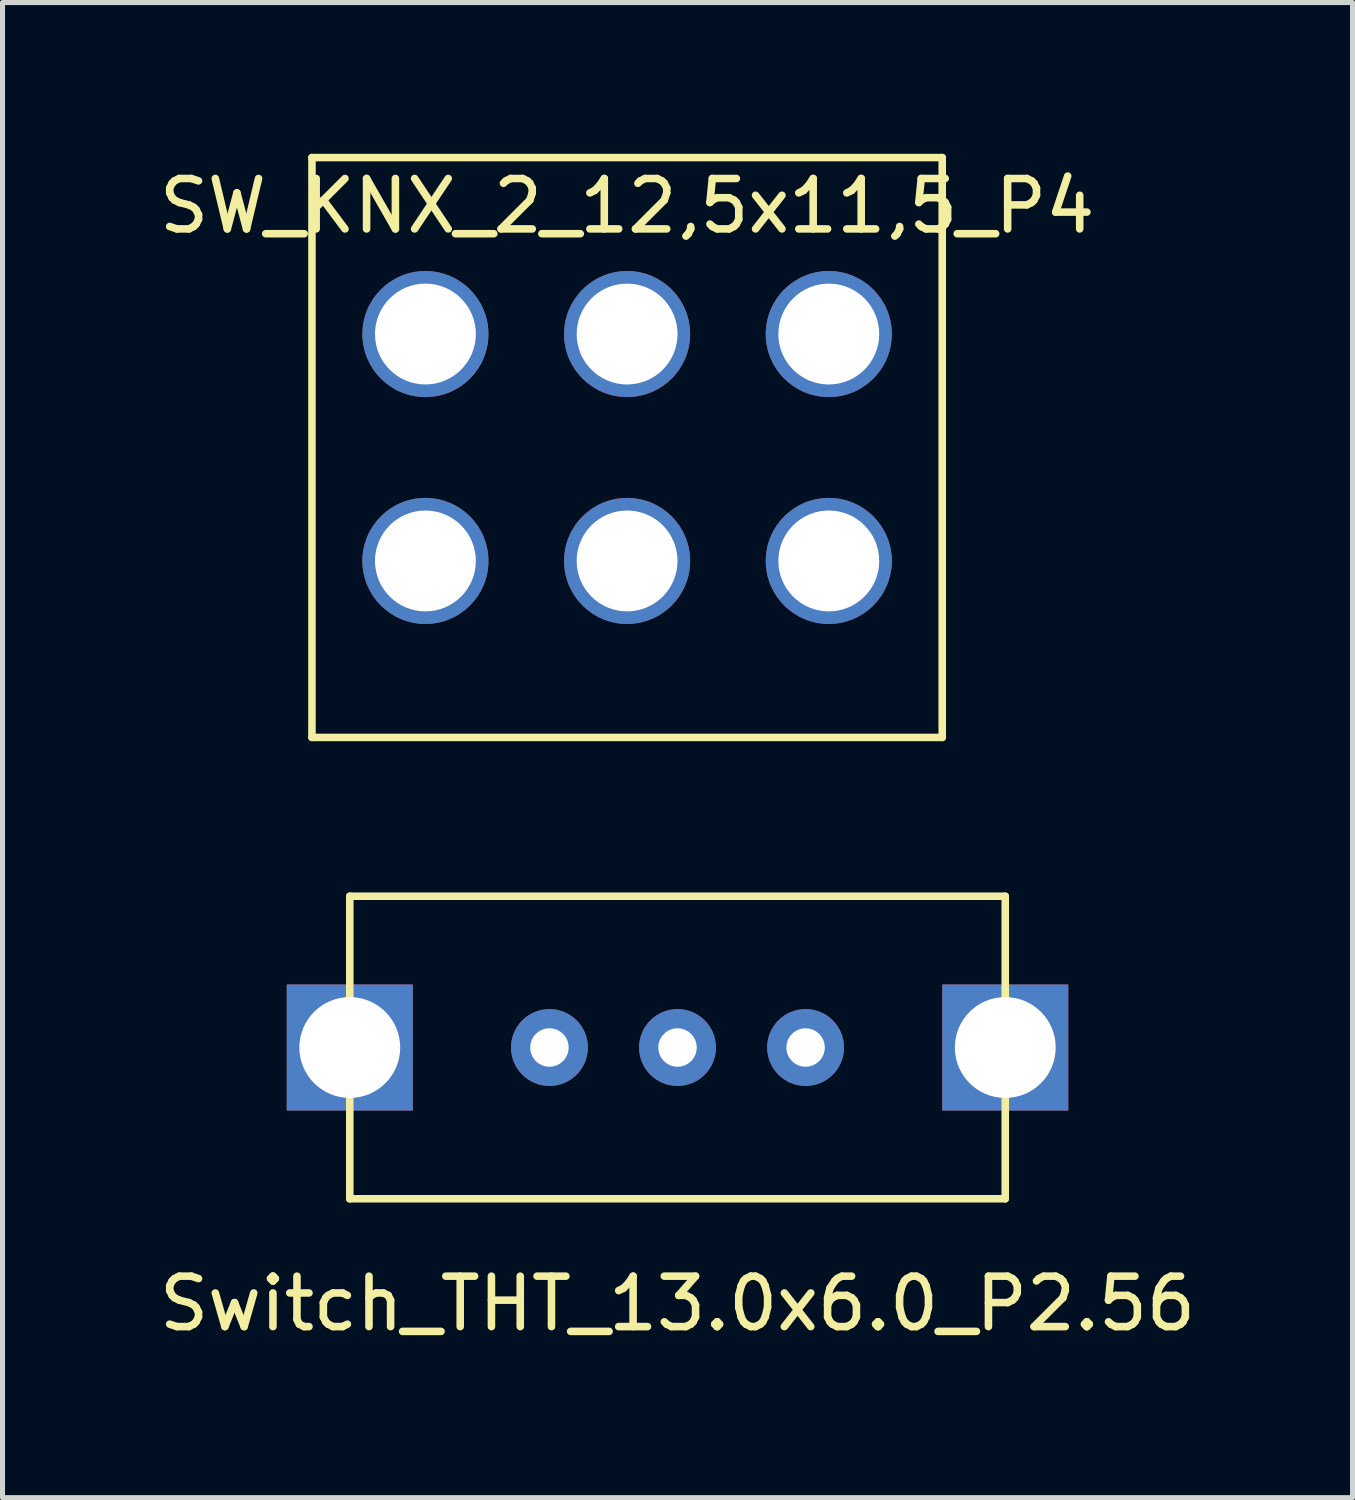
<source format=kicad_pcb>
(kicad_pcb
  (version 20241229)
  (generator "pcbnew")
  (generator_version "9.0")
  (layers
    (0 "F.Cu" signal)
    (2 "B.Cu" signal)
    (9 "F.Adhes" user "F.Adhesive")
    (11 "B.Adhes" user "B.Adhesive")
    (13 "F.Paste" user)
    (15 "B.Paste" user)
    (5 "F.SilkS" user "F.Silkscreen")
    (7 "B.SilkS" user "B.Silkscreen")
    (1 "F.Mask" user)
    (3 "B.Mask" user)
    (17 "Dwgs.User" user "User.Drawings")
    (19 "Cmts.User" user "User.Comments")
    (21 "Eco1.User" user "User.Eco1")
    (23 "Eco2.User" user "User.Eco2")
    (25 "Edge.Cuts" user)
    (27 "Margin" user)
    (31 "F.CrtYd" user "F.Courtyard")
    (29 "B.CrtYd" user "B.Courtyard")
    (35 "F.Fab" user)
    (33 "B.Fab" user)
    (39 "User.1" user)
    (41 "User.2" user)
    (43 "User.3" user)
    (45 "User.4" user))
  (footprint "SW_KNX_2_12,5x11,5_P4"
    (layer "F.Cu")
    (at 9.387 3.575)
    (property "Reference" "SW_KNX_2_12,5x11,5_P4" (at 0 -2.54 0) (layer "F.SilkS") (effects (font (size 1 1) (thickness 0.15))))
    (attr through_hole)
    (fp_line (start -6.25 -3.5) (end -6.25 8) (stroke (width 0.15) (type solid)) (layer "F.SilkS"))
    (fp_line (start -6.25 8) (end 6.25 8) (stroke (width 0.15) (type solid)) (layer "F.SilkS"))
    (fp_line (start 6.25 -3.5) (end -6.25 -3.5) (stroke (width 0.15) (type solid)) (layer "F.SilkS"))
    (fp_line (start 6.25 -3.5) (end 6.25 8) (stroke (width 0.15) (type solid)) (layer "F.SilkS"))
    (pad "1" thru_hole circle (at -4 0) (size 2.5 2.5) (drill 2) (layers "*.Cu" "*.Mask"))
    (pad "2" thru_hole circle (at 0 4.5) (size 2.5 2.5) (drill 2) (layers "*.Cu" "*.Mask"))
    (pad "3" thru_hole circle (at 4 0) (size 2.5 2.5) (drill 2) (layers "*.Cu" "*.Mask"))
    (pad "4" thru_hole circle (at -4 4.5) (size 2.5 2.5) (drill 2) (layers "*.Cu" "*.Mask"))
    (pad "5" thru_hole circle (at 0 0) (size 2.5 2.5) (drill 2) (layers "*.Cu" "*.Mask"))
    (pad "6" thru_hole circle (at 4 4.5) (size 2.5 2.5) (drill 2) (layers "*.Cu" "*.Mask")))
  (footprint "Switch_THT_13.0x6.0_P2.56"
    (layer "F.Cu")
    (at 10.387 17.725)
    (property "Reference" "Switch_THT_13.0x6.0_P2.56" (at 0 5.08 0) (layer "F.SilkS") (effects (font (size 1 1) (thickness 0.15))))
    (attr through_hole)
    (fp_line (start -6.5 -3) (end -6.5 3) (stroke (width 0.15) (type solid)) (layer "F.SilkS"))
    (fp_line (start -6.5 -3) (end 6.5 -3) (stroke (width 0.15) (type solid)) (layer "F.SilkS"))
    (fp_line (start -6.5 3) (end 6.5 3) (stroke (width 0.15) (type solid)) (layer "F.SilkS"))
    (fp_line (start 6.5 -3) (end 6.5 3) (stroke (width 0.15) (type solid)) (layer "F.SilkS"))
    (pad "1" thru_hole circle (at -2.54 0) (size 1.524 1.524) (drill 0.762) (layers "*.Cu" "*.Mask"))
    (pad "2" thru_hole circle (at 0 0) (size 1.524 1.524) (drill 0.762) (layers "*.Cu" "*.Mask"))
    (pad "3" thru_hole circle (at 2.54 0) (size 1.524 1.524) (drill 0.762) (layers "*.Cu" "*.Mask"))
    (pad "4" thru_hole rect (at -6.5 0) (size 2.5 2.5) (drill 2) (layers "*.Cu" "*.Mask"))
    (pad "4" thru_hole rect (at 6.5 0) (size 2.5 2.5) (drill 2) (layers "*.Cu" "*.Mask")))
  (gr_rect
    (start -3 -3)
    (end 23.774 26.653)
    (stroke (width 0.1) (type default))
    (fill no)
    (layer "Edge.Cuts")))
</source>
